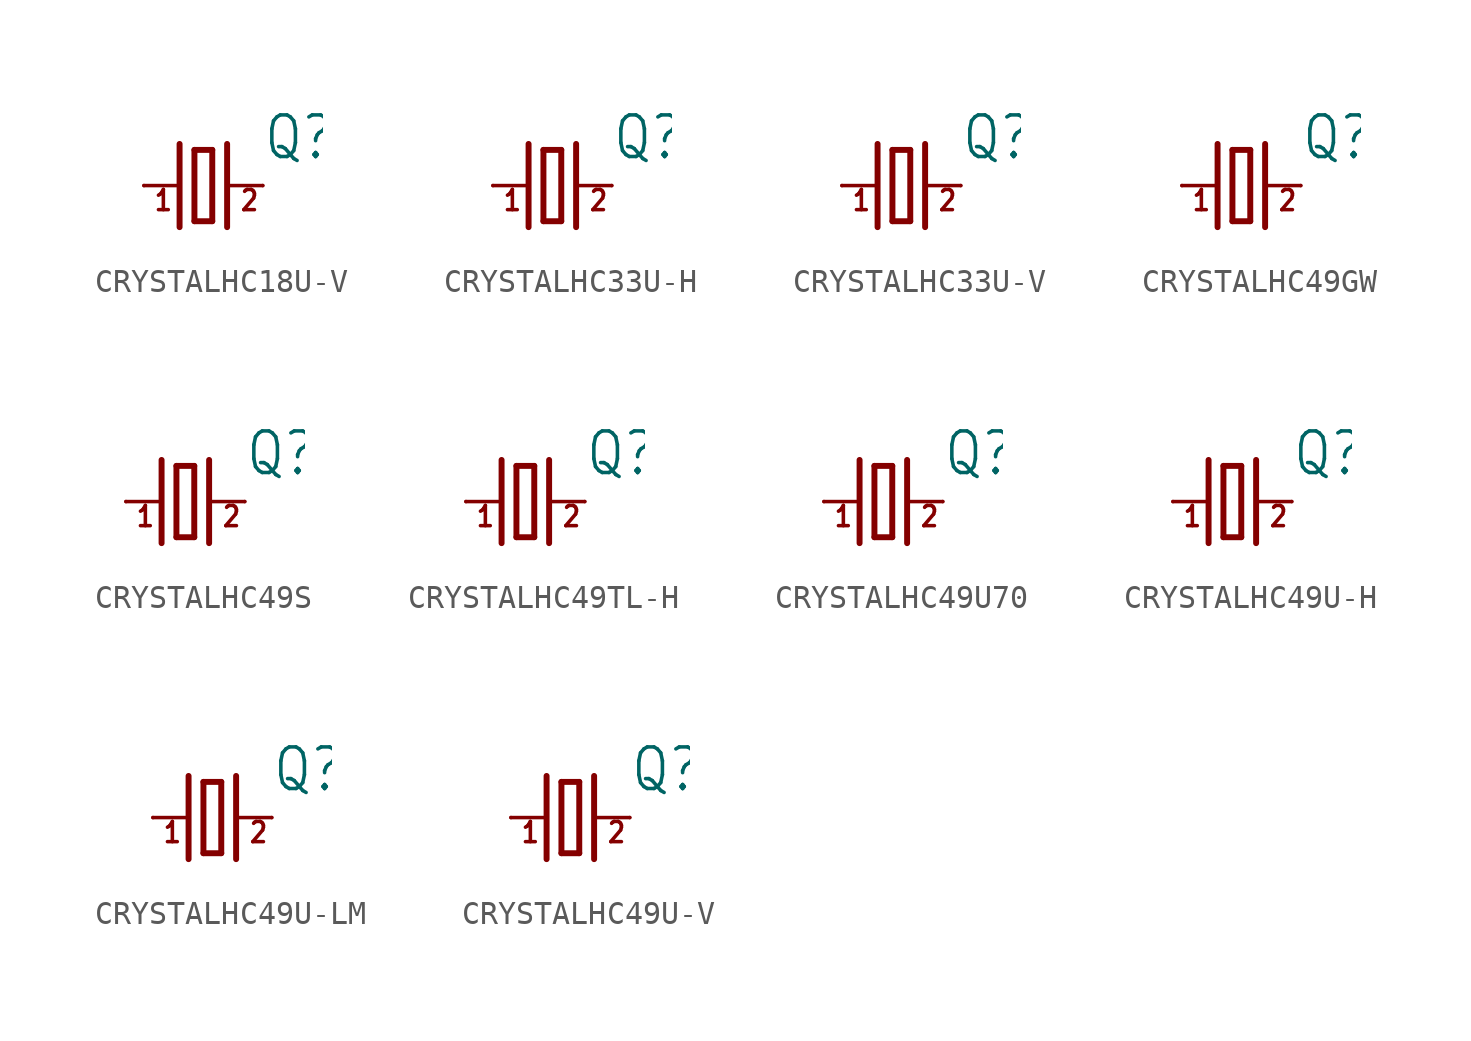
<source format=kicad_sym>
(kicad_symbol_lib
  (version 20241209)
  (generator "kicad_symbol_editor")
  (generator_version "9.0")
  (symbol "CRYSTALHC18U-V"
    (property "Reference" "Q"
      (at 2.54 1.016 0)
      (effects (font (size 1.778 1.511)) (justify left bottom)))
    (property "Value" ""
      (at 2.54 -2.54 0)
      (effects (font (size 1.778 1.511)) (justify left bottom)))
    (property "ki_locked" ""
      (at 0 0 0)
      (effects (font (size 1.27 1.27))))
    (symbol "CRYSTALHC18U-V_1_0"
      (polyline (pts (xy -2.54 0) (xy -1.016 0)) (stroke (width 0.152) (type solid)) (fill (type none)))
      (polyline (pts (xy -1.016 1.778) (xy -1.016 -1.778)) (stroke (width 0.254) (type solid)) (fill (type none)))
      (polyline (pts (xy -0.381 1.524) (xy -0.381 -1.524)) (stroke (width 0.254) (type solid)) (fill (type none)))
      (polyline (pts (xy -0.381 -1.524) (xy 0.381 -1.524)) (stroke (width 0.254) (type solid)) (fill (type none)))
      (polyline (pts (xy 0.381 1.524) (xy -0.381 1.524)) (stroke (width 0.254) (type solid)) (fill (type none)))
      (polyline (pts (xy 0.381 -1.524) (xy 0.381 1.524)) (stroke (width 0.254) (type solid)) (fill (type none)))
      (polyline (pts (xy 1.016 1.778) (xy 1.016 -1.778)) (stroke (width 0.254) (type solid)) (fill (type none)))
      (polyline (pts (xy 1.016 0) (xy 2.54 0)) (stroke (width 0.152) (type solid)) (fill (type none)))
      (text "1" (at -2.159 -1.143 0) (effects (font (size 0.864 0.734)) (justify left bottom)))
      (text "2" (at 1.524 -1.143 0) (effects (font (size 0.864 0.734)) (justify left bottom)))
      (pin passive line (at -2.54 0 0) (length 0) (name "1" (effects (font (size 0 0)))) (number "1" (effects (font (size 0 0)))))
      (pin passive line (at 2.54 0 180) (length 0) (name "2" (effects (font (size 0 0)))) (number "2" (effects (font (size 0 0)))))))
  (symbol "CRYSTALHC33U-H"
    (property "Reference" "Q"
      (at 2.54 1.016 0)
      (effects (font (size 1.778 1.511)) (justify left bottom)))
    (property "Value" ""
      (at 2.54 -2.54 0)
      (effects (font (size 1.778 1.511)) (justify left bottom)))
    (property "ki_locked" ""
      (at 0 0 0)
      (effects (font (size 1.27 1.27))))
    (symbol "CRYSTALHC33U-H_1_0"
      (polyline (pts (xy -2.54 0) (xy -1.016 0)) (stroke (width 0.152) (type solid)) (fill (type none)))
      (polyline (pts (xy -1.016 1.778) (xy -1.016 -1.778)) (stroke (width 0.254) (type solid)) (fill (type none)))
      (polyline (pts (xy -0.381 1.524) (xy -0.381 -1.524)) (stroke (width 0.254) (type solid)) (fill (type none)))
      (polyline (pts (xy -0.381 -1.524) (xy 0.381 -1.524)) (stroke (width 0.254) (type solid)) (fill (type none)))
      (polyline (pts (xy 0.381 1.524) (xy -0.381 1.524)) (stroke (width 0.254) (type solid)) (fill (type none)))
      (polyline (pts (xy 0.381 -1.524) (xy 0.381 1.524)) (stroke (width 0.254) (type solid)) (fill (type none)))
      (polyline (pts (xy 1.016 1.778) (xy 1.016 -1.778)) (stroke (width 0.254) (type solid)) (fill (type none)))
      (polyline (pts (xy 1.016 0) (xy 2.54 0)) (stroke (width 0.152) (type solid)) (fill (type none)))
      (text "1" (at -2.159 -1.143 0) (effects (font (size 0.864 0.734)) (justify left bottom)))
      (text "2" (at 1.524 -1.143 0) (effects (font (size 0.864 0.734)) (justify left bottom)))
      (pin passive line (at -2.54 0 0) (length 0) (name "1" (effects (font (size 0 0)))) (number "1" (effects (font (size 0 0)))))
      (pin passive line (at 2.54 0 180) (length 0) (name "2" (effects (font (size 0 0)))) (number "2" (effects (font (size 0 0)))))))
  (symbol "CRYSTALHC33U-V"
    (property "Reference" "Q"
      (at 2.54 1.016 0)
      (effects (font (size 1.778 1.511)) (justify left bottom)))
    (property "Value" ""
      (at 2.54 -2.54 0)
      (effects (font (size 1.778 1.511)) (justify left bottom)))
    (property "ki_locked" ""
      (at 0 0 0)
      (effects (font (size 1.27 1.27))))
    (symbol "CRYSTALHC33U-V_1_0"
      (polyline (pts (xy -2.54 0) (xy -1.016 0)) (stroke (width 0.152) (type solid)) (fill (type none)))
      (polyline (pts (xy -1.016 1.778) (xy -1.016 -1.778)) (stroke (width 0.254) (type solid)) (fill (type none)))
      (polyline (pts (xy -0.381 1.524) (xy -0.381 -1.524)) (stroke (width 0.254) (type solid)) (fill (type none)))
      (polyline (pts (xy -0.381 -1.524) (xy 0.381 -1.524)) (stroke (width 0.254) (type solid)) (fill (type none)))
      (polyline (pts (xy 0.381 1.524) (xy -0.381 1.524)) (stroke (width 0.254) (type solid)) (fill (type none)))
      (polyline (pts (xy 0.381 -1.524) (xy 0.381 1.524)) (stroke (width 0.254) (type solid)) (fill (type none)))
      (polyline (pts (xy 1.016 1.778) (xy 1.016 -1.778)) (stroke (width 0.254) (type solid)) (fill (type none)))
      (polyline (pts (xy 1.016 0) (xy 2.54 0)) (stroke (width 0.152) (type solid)) (fill (type none)))
      (text "1" (at -2.159 -1.143 0) (effects (font (size 0.864 0.734)) (justify left bottom)))
      (text "2" (at 1.524 -1.143 0) (effects (font (size 0.864 0.734)) (justify left bottom)))
      (pin passive line (at -2.54 0 0) (length 0) (name "1" (effects (font (size 0 0)))) (number "1" (effects (font (size 0 0)))))
      (pin passive line (at 2.54 0 180) (length 0) (name "2" (effects (font (size 0 0)))) (number "2" (effects (font (size 0 0)))))))
  (symbol "CRYSTALHC49GW"
    (property "Reference" "Q"
      (at 2.54 1.016 0)
      (effects (font (size 1.778 1.511)) (justify left bottom)))
    (property "Value" ""
      (at 2.54 -2.54 0)
      (effects (font (size 1.778 1.511)) (justify left bottom)))
    (property "ki_locked" ""
      (at 0 0 0)
      (effects (font (size 1.27 1.27))))
    (symbol "CRYSTALHC49GW_1_0"
      (polyline (pts (xy -2.54 0) (xy -1.016 0)) (stroke (width 0.152) (type solid)) (fill (type none)))
      (polyline (pts (xy -1.016 1.778) (xy -1.016 -1.778)) (stroke (width 0.254) (type solid)) (fill (type none)))
      (polyline (pts (xy -0.381 1.524) (xy -0.381 -1.524)) (stroke (width 0.254) (type solid)) (fill (type none)))
      (polyline (pts (xy -0.381 -1.524) (xy 0.381 -1.524)) (stroke (width 0.254) (type solid)) (fill (type none)))
      (polyline (pts (xy 0.381 1.524) (xy -0.381 1.524)) (stroke (width 0.254) (type solid)) (fill (type none)))
      (polyline (pts (xy 0.381 -1.524) (xy 0.381 1.524)) (stroke (width 0.254) (type solid)) (fill (type none)))
      (polyline (pts (xy 1.016 1.778) (xy 1.016 -1.778)) (stroke (width 0.254) (type solid)) (fill (type none)))
      (polyline (pts (xy 1.016 0) (xy 2.54 0)) (stroke (width 0.152) (type solid)) (fill (type none)))
      (text "1" (at -2.159 -1.143 0) (effects (font (size 0.864 0.734)) (justify left bottom)))
      (text "2" (at 1.524 -1.143 0) (effects (font (size 0.864 0.734)) (justify left bottom)))
      (pin passive line (at -2.54 0 0) (length 0) (name "1" (effects (font (size 0 0)))) (number "1" (effects (font (size 0 0)))))
      (pin passive line (at 2.54 0 180) (length 0) (name "2" (effects (font (size 0 0)))) (number "2" (effects (font (size 0 0)))))))
  (symbol "CRYSTALHC49S"
    (property "Reference" "Q"
      (at 2.54 1.016 0)
      (effects (font (size 1.778 1.511)) (justify left bottom)))
    (property "Value" ""
      (at 2.54 -2.54 0)
      (effects (font (size 1.778 1.511)) (justify left bottom)))
    (property "ki_locked" ""
      (at 0 0 0)
      (effects (font (size 1.27 1.27))))
    (symbol "CRYSTALHC49S_1_0"
      (polyline (pts (xy -2.54 0) (xy -1.016 0)) (stroke (width 0.152) (type solid)) (fill (type none)))
      (polyline (pts (xy -1.016 1.778) (xy -1.016 -1.778)) (stroke (width 0.254) (type solid)) (fill (type none)))
      (polyline (pts (xy -0.381 1.524) (xy -0.381 -1.524)) (stroke (width 0.254) (type solid)) (fill (type none)))
      (polyline (pts (xy -0.381 -1.524) (xy 0.381 -1.524)) (stroke (width 0.254) (type solid)) (fill (type none)))
      (polyline (pts (xy 0.381 1.524) (xy -0.381 1.524)) (stroke (width 0.254) (type solid)) (fill (type none)))
      (polyline (pts (xy 0.381 -1.524) (xy 0.381 1.524)) (stroke (width 0.254) (type solid)) (fill (type none)))
      (polyline (pts (xy 1.016 1.778) (xy 1.016 -1.778)) (stroke (width 0.254) (type solid)) (fill (type none)))
      (polyline (pts (xy 1.016 0) (xy 2.54 0)) (stroke (width 0.152) (type solid)) (fill (type none)))
      (text "1" (at -2.159 -1.143 0) (effects (font (size 0.864 0.734)) (justify left bottom)))
      (text "2" (at 1.524 -1.143 0) (effects (font (size 0.864 0.734)) (justify left bottom)))
      (pin passive line (at -2.54 0 0) (length 0) (name "1" (effects (font (size 0 0)))) (number "1" (effects (font (size 0 0)))))
      (pin passive line (at 2.54 0 180) (length 0) (name "2" (effects (font (size 0 0)))) (number "2" (effects (font (size 0 0)))))))
  (symbol "CRYSTALHC49TL-H"
    (property "Reference" "Q"
      (at 2.54 1.016 0)
      (effects (font (size 1.778 1.511)) (justify left bottom)))
    (property "Value" ""
      (at 2.54 -2.54 0)
      (effects (font (size 1.778 1.511)) (justify left bottom)))
    (property "ki_locked" ""
      (at 0 0 0)
      (effects (font (size 1.27 1.27))))
    (symbol "CRYSTALHC49TL-H_1_0"
      (polyline (pts (xy -2.54 0) (xy -1.016 0)) (stroke (width 0.152) (type solid)) (fill (type none)))
      (polyline (pts (xy -1.016 1.778) (xy -1.016 -1.778)) (stroke (width 0.254) (type solid)) (fill (type none)))
      (polyline (pts (xy -0.381 1.524) (xy -0.381 -1.524)) (stroke (width 0.254) (type solid)) (fill (type none)))
      (polyline (pts (xy -0.381 -1.524) (xy 0.381 -1.524)) (stroke (width 0.254) (type solid)) (fill (type none)))
      (polyline (pts (xy 0.381 1.524) (xy -0.381 1.524)) (stroke (width 0.254) (type solid)) (fill (type none)))
      (polyline (pts (xy 0.381 -1.524) (xy 0.381 1.524)) (stroke (width 0.254) (type solid)) (fill (type none)))
      (polyline (pts (xy 1.016 1.778) (xy 1.016 -1.778)) (stroke (width 0.254) (type solid)) (fill (type none)))
      (polyline (pts (xy 1.016 0) (xy 2.54 0)) (stroke (width 0.152) (type solid)) (fill (type none)))
      (text "1" (at -2.159 -1.143 0) (effects (font (size 0.864 0.734)) (justify left bottom)))
      (text "2" (at 1.524 -1.143 0) (effects (font (size 0.864 0.734)) (justify left bottom)))
      (pin passive line (at -2.54 0 0) (length 0) (name "1" (effects (font (size 0 0)))) (number "1" (effects (font (size 0 0)))))
      (pin passive line (at 2.54 0 180) (length 0) (name "2" (effects (font (size 0 0)))) (number "2" (effects (font (size 0 0)))))))
  (symbol "CRYSTALHC49U70"
    (property "Reference" "Q"
      (at 2.54 1.016 0)
      (effects (font (size 1.778 1.511)) (justify left bottom)))
    (property "Value" ""
      (at 2.54 -2.54 0)
      (effects (font (size 1.778 1.511)) (justify left bottom)))
    (property "ki_locked" ""
      (at 0 0 0)
      (effects (font (size 1.27 1.27))))
    (symbol "CRYSTALHC49U70_1_0"
      (polyline (pts (xy -2.54 0) (xy -1.016 0)) (stroke (width 0.152) (type solid)) (fill (type none)))
      (polyline (pts (xy -1.016 1.778) (xy -1.016 -1.778)) (stroke (width 0.254) (type solid)) (fill (type none)))
      (polyline (pts (xy -0.381 1.524) (xy -0.381 -1.524)) (stroke (width 0.254) (type solid)) (fill (type none)))
      (polyline (pts (xy -0.381 -1.524) (xy 0.381 -1.524)) (stroke (width 0.254) (type solid)) (fill (type none)))
      (polyline (pts (xy 0.381 1.524) (xy -0.381 1.524)) (stroke (width 0.254) (type solid)) (fill (type none)))
      (polyline (pts (xy 0.381 -1.524) (xy 0.381 1.524)) (stroke (width 0.254) (type solid)) (fill (type none)))
      (polyline (pts (xy 1.016 1.778) (xy 1.016 -1.778)) (stroke (width 0.254) (type solid)) (fill (type none)))
      (polyline (pts (xy 1.016 0) (xy 2.54 0)) (stroke (width 0.152) (type solid)) (fill (type none)))
      (text "1" (at -2.159 -1.143 0) (effects (font (size 0.864 0.734)) (justify left bottom)))
      (text "2" (at 1.524 -1.143 0) (effects (font (size 0.864 0.734)) (justify left bottom)))
      (pin passive line (at -2.54 0 0) (length 0) (name "1" (effects (font (size 0 0)))) (number "1" (effects (font (size 0 0)))))
      (pin passive line (at 2.54 0 180) (length 0) (name "2" (effects (font (size 0 0)))) (number "2" (effects (font (size 0 0)))))))
  (symbol "CRYSTALHC49U-H"
    (property "Reference" "Q"
      (at 2.54 1.016 0)
      (effects (font (size 1.778 1.511)) (justify left bottom)))
    (property "Value" ""
      (at 2.54 -2.54 0)
      (effects (font (size 1.778 1.511)) (justify left bottom)))
    (property "ki_locked" ""
      (at 0 0 0)
      (effects (font (size 1.27 1.27))))
    (symbol "CRYSTALHC49U-H_1_0"
      (polyline (pts (xy -2.54 0) (xy -1.016 0)) (stroke (width 0.152) (type solid)) (fill (type none)))
      (polyline (pts (xy -1.016 1.778) (xy -1.016 -1.778)) (stroke (width 0.254) (type solid)) (fill (type none)))
      (polyline (pts (xy -0.381 1.524) (xy -0.381 -1.524)) (stroke (width 0.254) (type solid)) (fill (type none)))
      (polyline (pts (xy -0.381 -1.524) (xy 0.381 -1.524)) (stroke (width 0.254) (type solid)) (fill (type none)))
      (polyline (pts (xy 0.381 1.524) (xy -0.381 1.524)) (stroke (width 0.254) (type solid)) (fill (type none)))
      (polyline (pts (xy 0.381 -1.524) (xy 0.381 1.524)) (stroke (width 0.254) (type solid)) (fill (type none)))
      (polyline (pts (xy 1.016 1.778) (xy 1.016 -1.778)) (stroke (width 0.254) (type solid)) (fill (type none)))
      (polyline (pts (xy 1.016 0) (xy 2.54 0)) (stroke (width 0.152) (type solid)) (fill (type none)))
      (text "1" (at -2.159 -1.143 0) (effects (font (size 0.864 0.734)) (justify left bottom)))
      (text "2" (at 1.524 -1.143 0) (effects (font (size 0.864 0.734)) (justify left bottom)))
      (pin passive line (at -2.54 0 0) (length 0) (name "1" (effects (font (size 0 0)))) (number "1" (effects (font (size 0 0)))))
      (pin passive line (at 2.54 0 180) (length 0) (name "2" (effects (font (size 0 0)))) (number "2" (effects (font (size 0 0)))))))
  (symbol "CRYSTALHC49U-LM"
    (property "Reference" "Q"
      (at 2.54 1.016 0)
      (effects (font (size 1.778 1.511)) (justify left bottom)))
    (property "Value" ""
      (at 2.54 -2.54 0)
      (effects (font (size 1.778 1.511)) (justify left bottom)))
    (property "ki_locked" ""
      (at 0 0 0)
      (effects (font (size 1.27 1.27))))
    (symbol "CRYSTALHC49U-LM_1_0"
      (polyline (pts (xy -2.54 0) (xy -1.016 0)) (stroke (width 0.152) (type solid)) (fill (type none)))
      (polyline (pts (xy -1.016 1.778) (xy -1.016 -1.778)) (stroke (width 0.254) (type solid)) (fill (type none)))
      (polyline (pts (xy -0.381 1.524) (xy -0.381 -1.524)) (stroke (width 0.254) (type solid)) (fill (type none)))
      (polyline (pts (xy -0.381 -1.524) (xy 0.381 -1.524)) (stroke (width 0.254) (type solid)) (fill (type none)))
      (polyline (pts (xy 0.381 1.524) (xy -0.381 1.524)) (stroke (width 0.254) (type solid)) (fill (type none)))
      (polyline (pts (xy 0.381 -1.524) (xy 0.381 1.524)) (stroke (width 0.254) (type solid)) (fill (type none)))
      (polyline (pts (xy 1.016 1.778) (xy 1.016 -1.778)) (stroke (width 0.254) (type solid)) (fill (type none)))
      (polyline (pts (xy 1.016 0) (xy 2.54 0)) (stroke (width 0.152) (type solid)) (fill (type none)))
      (text "1" (at -2.159 -1.143 0) (effects (font (size 0.864 0.734)) (justify left bottom)))
      (text "2" (at 1.524 -1.143 0) (effects (font (size 0.864 0.734)) (justify left bottom)))
      (pin passive line (at -2.54 0 0) (length 0) (name "1" (effects (font (size 0 0)))) (number "1" (effects (font (size 0 0)))))
      (pin passive line (at 2.54 0 180) (length 0) (name "2" (effects (font (size 0 0)))) (number "2" (effects (font (size 0 0)))))))
  (symbol "CRYSTALHC49U-V"
    (property "Reference" "Q"
      (at 2.54 1.016 0)
      (effects (font (size 1.778 1.511)) (justify left bottom)))
    (property "Value" ""
      (at 2.54 -2.54 0)
      (effects (font (size 1.778 1.511)) (justify left bottom)))
    (property "ki_locked" ""
      (at 0 0 0)
      (effects (font (size 1.27 1.27))))
    (symbol "CRYSTALHC49U-V_1_0"
      (polyline (pts (xy -2.54 0) (xy -1.016 0)) (stroke (width 0.152) (type solid)) (fill (type none)))
      (polyline (pts (xy -1.016 1.778) (xy -1.016 -1.778)) (stroke (width 0.254) (type solid)) (fill (type none)))
      (polyline (pts (xy -0.381 1.524) (xy -0.381 -1.524)) (stroke (width 0.254) (type solid)) (fill (type none)))
      (polyline (pts (xy -0.381 -1.524) (xy 0.381 -1.524)) (stroke (width 0.254) (type solid)) (fill (type none)))
      (polyline (pts (xy 0.381 1.524) (xy -0.381 1.524)) (stroke (width 0.254) (type solid)) (fill (type none)))
      (polyline (pts (xy 0.381 -1.524) (xy 0.381 1.524)) (stroke (width 0.254) (type solid)) (fill (type none)))
      (polyline (pts (xy 1.016 1.778) (xy 1.016 -1.778)) (stroke (width 0.254) (type solid)) (fill (type none)))
      (polyline (pts (xy 1.016 0) (xy 2.54 0)) (stroke (width 0.152) (type solid)) (fill (type none)))
      (text "1" (at -2.159 -1.143 0) (effects (font (size 0.864 0.734)) (justify left bottom)))
      (text "2" (at 1.524 -1.143 0) (effects (font (size 0.864 0.734)) (justify left bottom)))
      (pin passive line (at -2.54 0 0) (length 0) (name "1" (effects (font (size 0 0)))) (number "1" (effects (font (size 0 0)))))
      (pin passive line (at 2.54 0 180) (length 0) (name "2" (effects (font (size 0 0)))) (number "2" (effects (font (size 0 0))))))))
</source>
